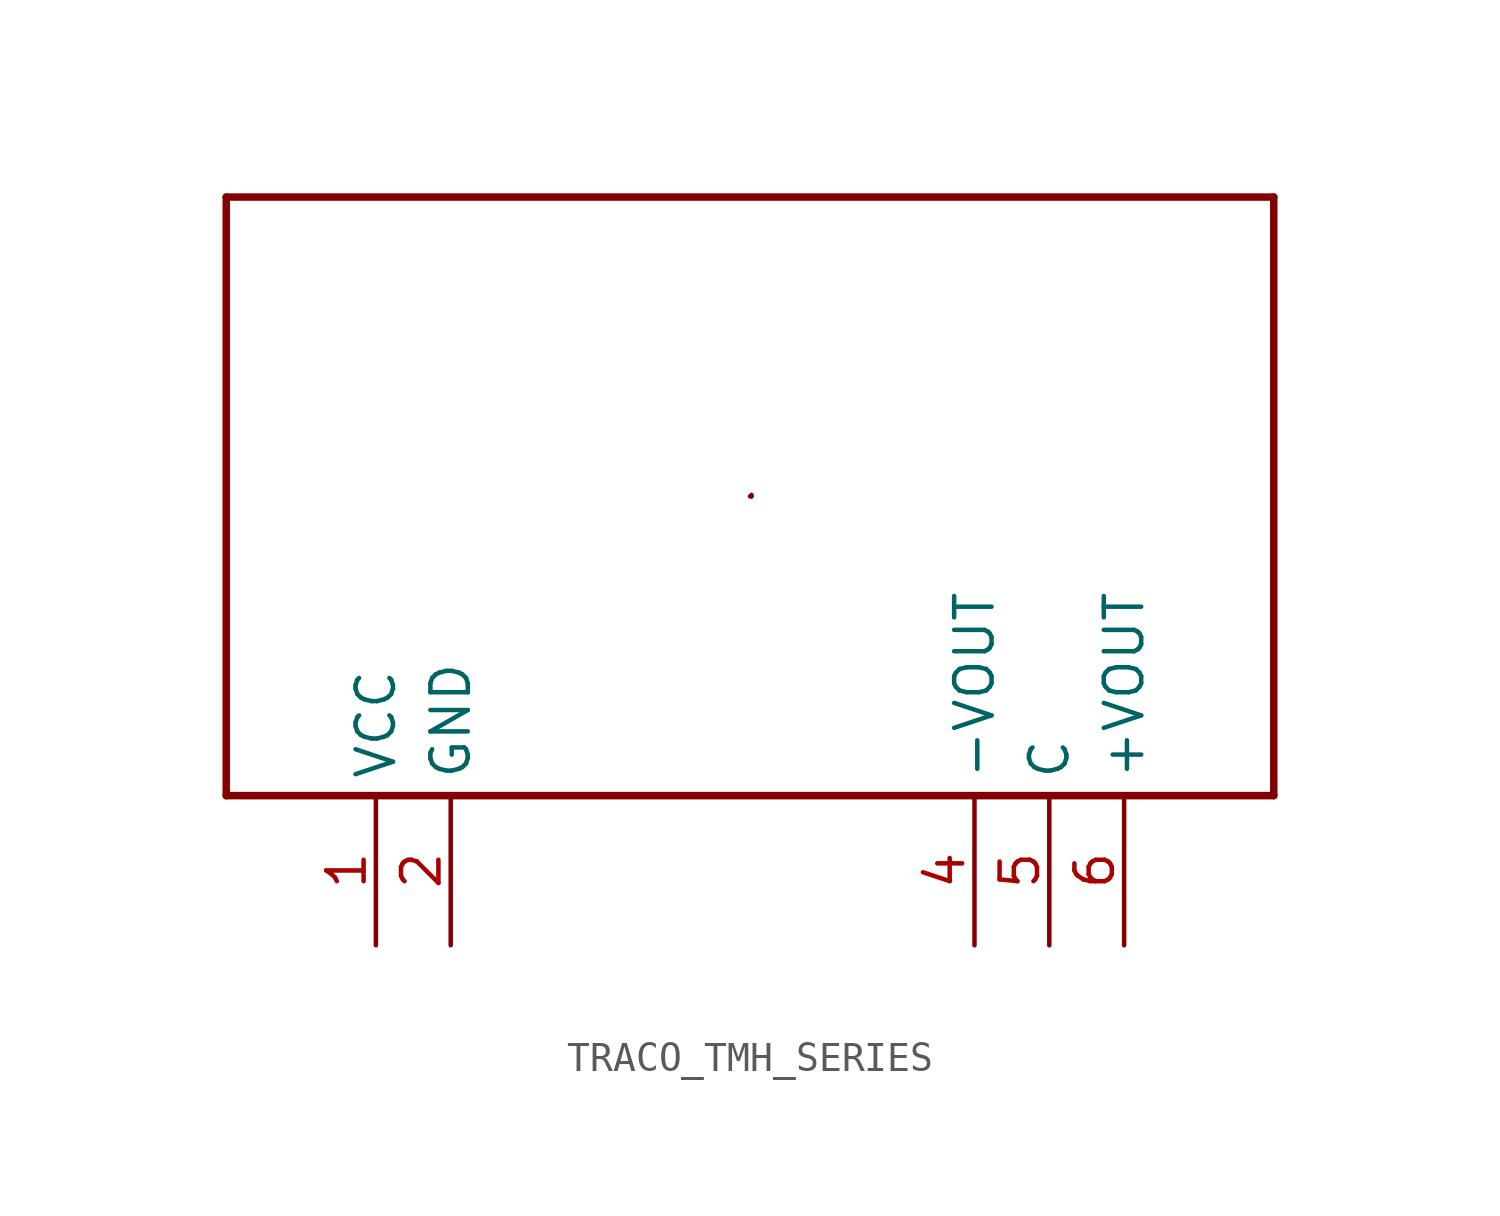
<source format=kicad_sym>
(kicad_symbol_lib
  (version 20220331)
  (generator kicad_symbol_editor)
  (symbol "TRACO_TMH_SERIES"
    (property "Reference" ""
      (at 0 0 0)
      (effects (font (size 1.27 1.27)) hide))
    (property "ki_locked" ""
      (at 0 0 0)
      (effects (font (size 1.27 1.27))))
    (symbol "TRACO_TMH_SERIES_1_0"
      (polyline (pts (xy -17.78 -10.16) (xy -17.78 10.16)) (stroke (width 0.254) (type solid)) (fill (type none)))
      (polyline (pts (xy -17.78 10.16) (xy 17.78 10.16)) (stroke (width 0.254) (type solid)) (fill (type none)))
      (polyline (pts (xy 0 0) (xy 0.05 0)) (stroke (width 0) (type solid)) (fill (type none)))
      (polyline (pts (xy 0.05 0) (xy 0.05 0.05)) (stroke (width 0) (type solid)) (fill (type none)))
      (polyline (pts (xy 17.78 -10.16) (xy -17.78 -10.16)) (stroke (width 0.254) (type solid)) (fill (type none)))
      (polyline (pts (xy 17.78 10.16) (xy 17.78 -10.16)) (stroke (width 0.254) (type solid)) (fill (type none)))
      (pin bidirectional line (at -12.7 -15.24 90) (length 5.08) (name "VCC" (effects (font (size 1.27 1.27)))) (number "1" (effects (font (size 1.27 1.27)))))
      (pin bidirectional line (at -10.16 -15.24 90) (length 5.08) (name "GND" (effects (font (size 1.27 1.27)))) (number "2" (effects (font (size 1.27 1.27)))))
      (pin bidirectional line (at 7.62 -15.24 90) (length 5.08) (name "-VOUT" (effects (font (size 1.27 1.27)))) (number "4" (effects (font (size 1.27 1.27)))))
      (pin bidirectional line (at 10.16 -15.24 90) (length 5.08) (name "C" (effects (font (size 1.27 1.27)))) (number "5" (effects (font (size 1.27 1.27)))))
      (pin bidirectional line (at 12.7 -15.24 90) (length 5.08) (name "+VOUT" (effects (font (size 1.27 1.27)))) (number "6" (effects (font (size 1.27 1.27))))))))
</source>
